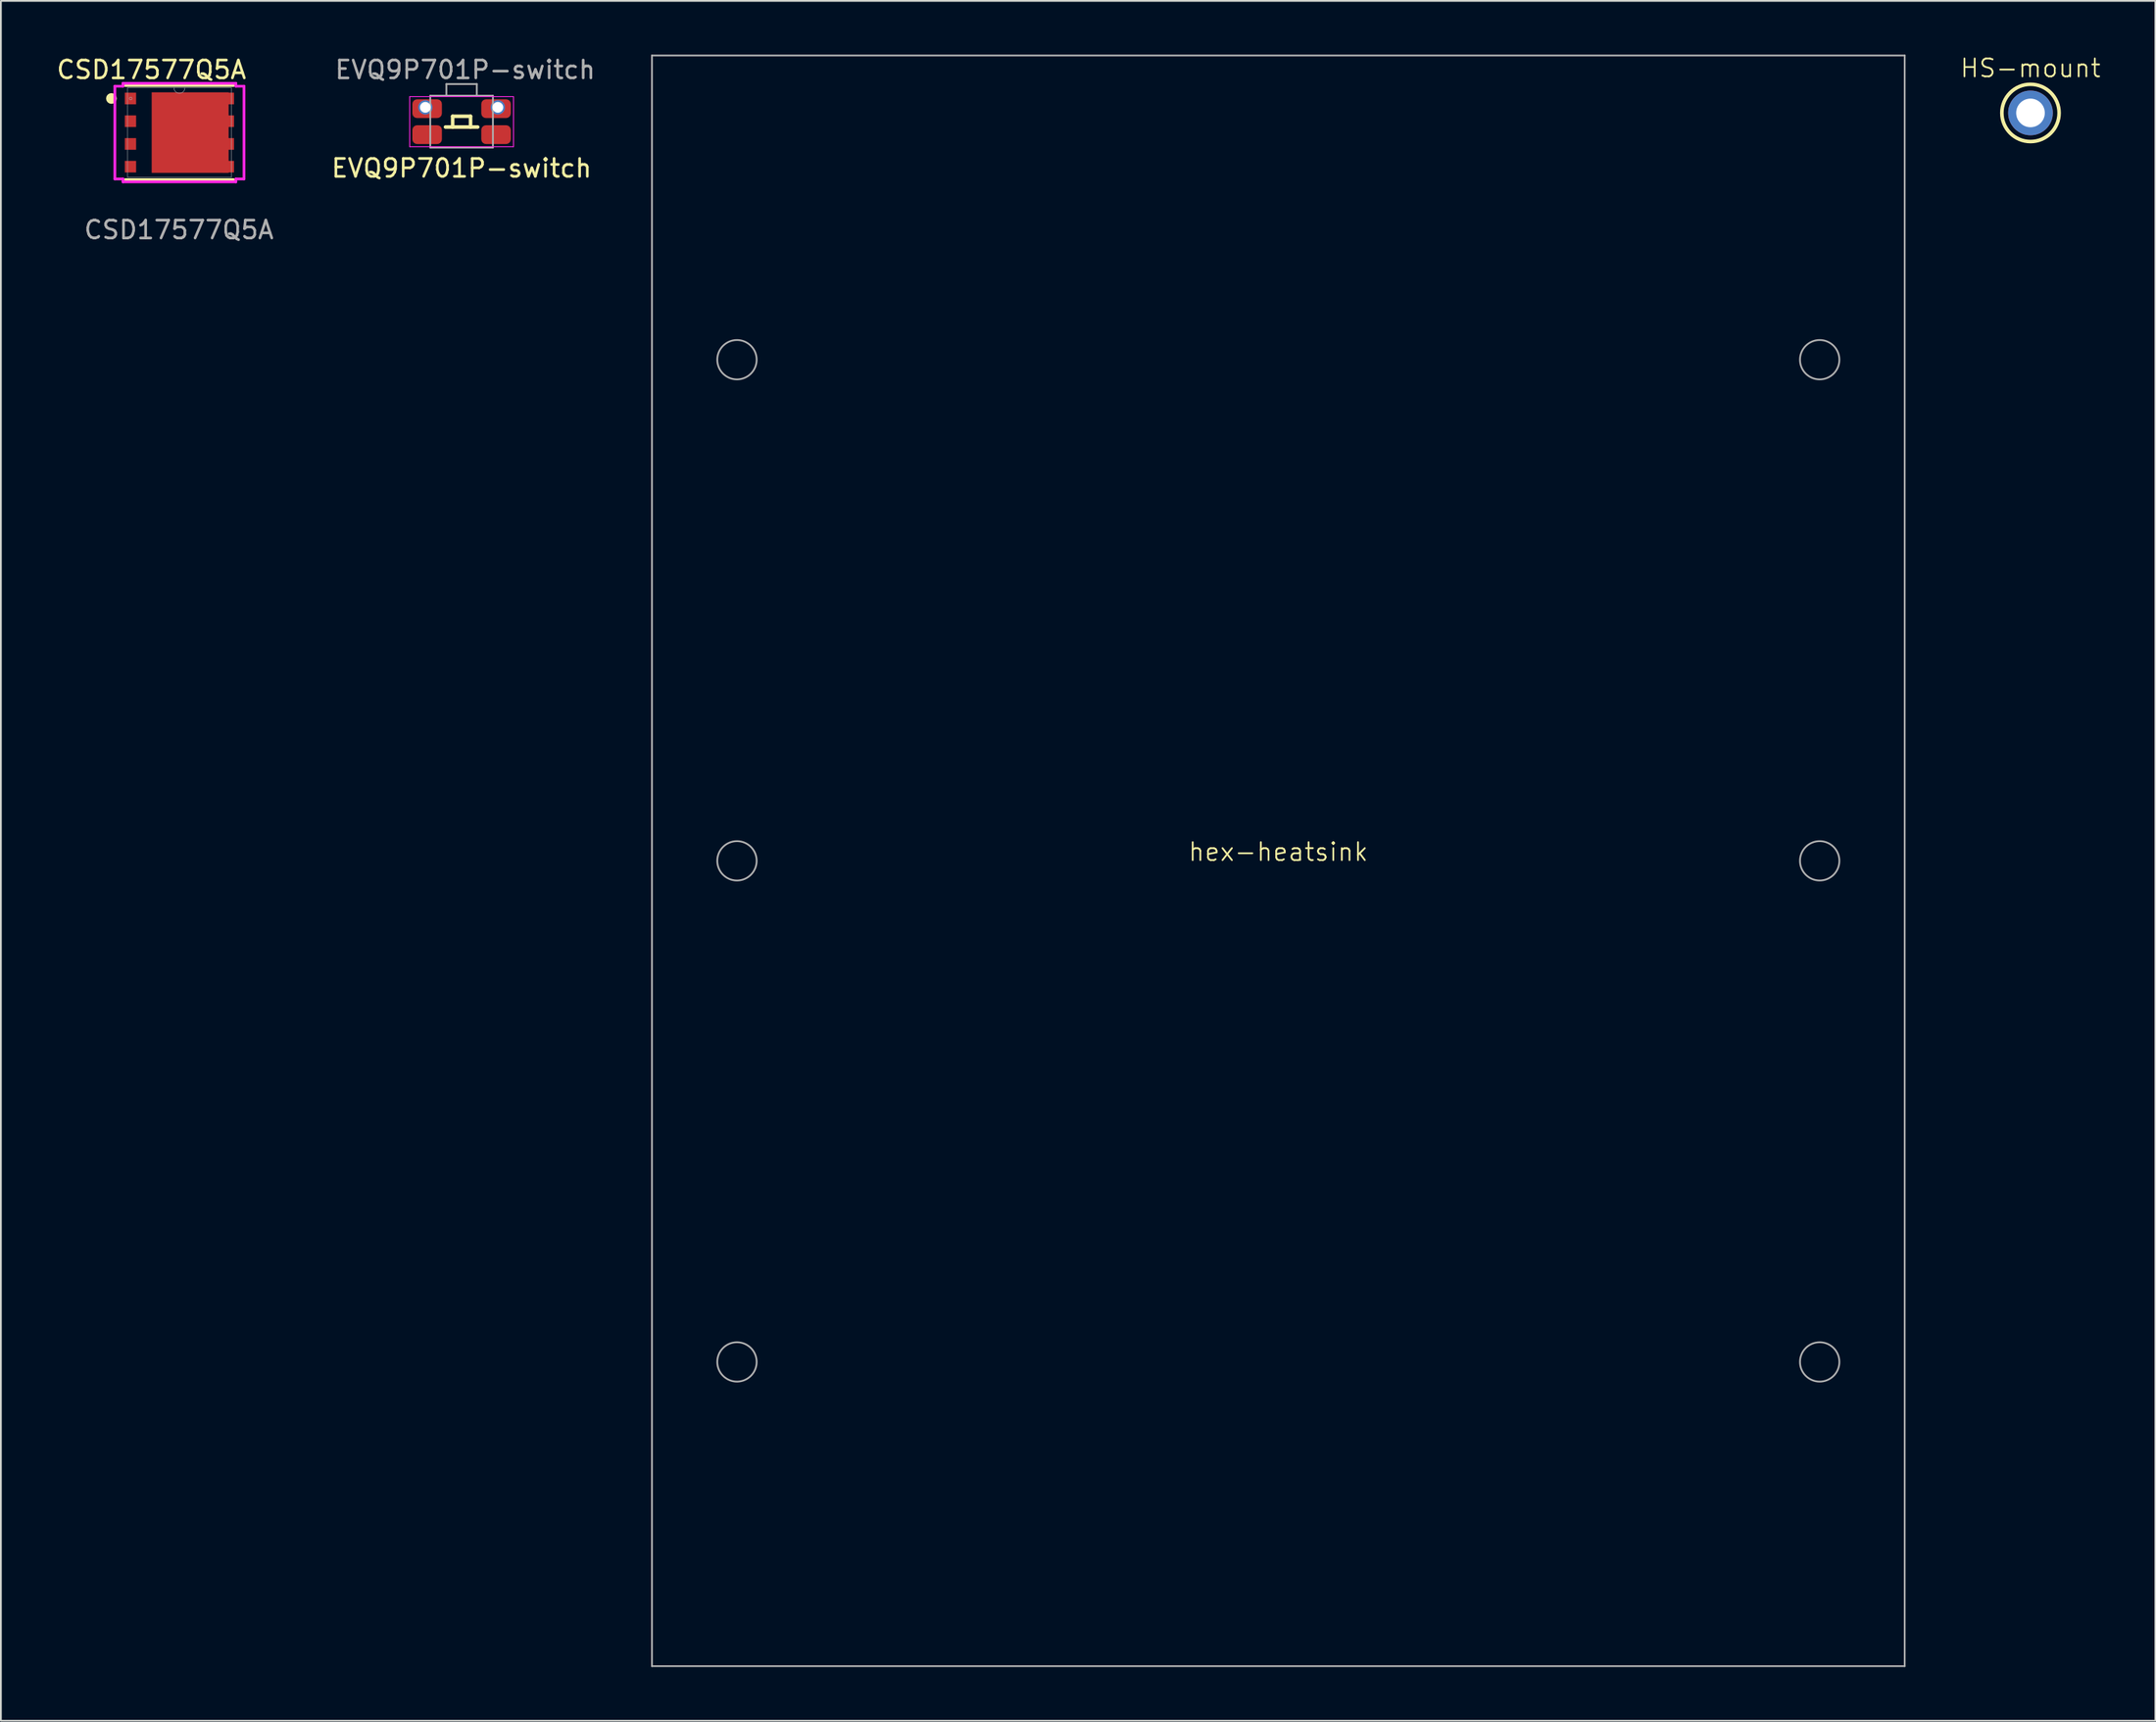
<source format=kicad_pcb>
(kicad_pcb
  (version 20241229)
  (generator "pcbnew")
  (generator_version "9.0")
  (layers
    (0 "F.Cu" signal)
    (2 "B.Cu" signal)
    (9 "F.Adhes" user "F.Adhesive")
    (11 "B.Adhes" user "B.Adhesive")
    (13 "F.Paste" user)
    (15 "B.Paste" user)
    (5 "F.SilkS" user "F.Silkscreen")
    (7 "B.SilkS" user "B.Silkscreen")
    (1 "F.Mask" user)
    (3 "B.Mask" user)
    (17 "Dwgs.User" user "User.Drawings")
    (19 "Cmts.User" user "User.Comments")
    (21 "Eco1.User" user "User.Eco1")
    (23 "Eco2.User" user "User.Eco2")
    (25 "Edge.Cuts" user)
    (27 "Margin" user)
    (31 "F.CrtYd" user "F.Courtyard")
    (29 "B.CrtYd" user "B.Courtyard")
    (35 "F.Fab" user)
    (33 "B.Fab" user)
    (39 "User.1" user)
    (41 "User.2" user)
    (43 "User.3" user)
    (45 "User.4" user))
  (footprint "hex-heatsink"
    (layer "F.Cu")
    (at 68.38 45.05)
    (property "Reference" "hex-heatsink" (at 0 -0.5 0) (unlocked yes) (layer "F.SilkS") (effects (font (size 1 1) (thickness 0.1))))
    (fp_line (start -35 -45) (end 35 -45) (stroke (width 0.1) (type default)) (layer "F.Fab"))
    (fp_line (start -35 45) (end -35 -45) (stroke (width 0.1) (type default)) (layer "F.Fab"))
    (fp_line (start 35 -45) (end 35 45) (stroke (width 0.1) (type default)) (layer "F.Fab"))
    (fp_line (start 35 45) (end -35 45) (stroke (width 0.1) (type default)) (layer "F.Fab"))
    (fp_circle (center -30.25 -28) (end -29.15 -28) (stroke (width 0.1) (type default)) (fill no) (layer "F.Fab"))
    (fp_circle (center -30.25 0) (end -29.15 0) (stroke (width 0.1) (type default)) (fill no) (layer "F.Fab"))
    (fp_circle (center -30.25 28) (end -29.15 28) (stroke (width 0.1) (type default)) (fill no) (layer "F.Fab"))
    (fp_circle (center 30.25 -28) (end 31.35 -28) (stroke (width 0.1) (type default)) (fill no) (layer "F.Fab"))
    (fp_circle (center 30.25 0) (end 31.35 0) (stroke (width 0.1) (type default)) (fill no) (layer "F.Fab"))
    (fp_circle (center 30.25 28) (end 31.35 28) (stroke (width 0.1) (type default)) (fill no) (layer "F.Fab")))
  (footprint "HS-mount"
    (layer "F.Cu")
    (at 110.409 3.26)
    (property "Reference" "HS-mount" (at 0 -2.5 0) (unlocked yes) (layer "F.SilkS") (effects (font (size 1 1) (thickness 0.1))))
    (attr smd)
    (fp_circle (center 0 0) (end 1.6 0) (stroke (width 0.2) (type solid)) (fill no) (layer "F.SilkS"))
    (pad "" thru_hole circle (at 0 0) (size 2.5 2.5) (drill 1.6) (layers "*.Cu" "*.Mask")))
  (footprint "EVQ9P701P-switch"
    (layer "F.Cu")
    (at 22.743 3.748)
    (property "Reference" "EVQ9P701P-switch" (at 0 2.6 0) (unlocked yes) (layer "F.SilkS") (effects (font (size 1 1) (thickness 0.15))))
    (attr smd)
    (fp_line (start -0.9 0.3) (end 0.9 0.3) (stroke (width 0.2) (type default)) (layer "F.SilkS"))
    (fp_line (start -0.5 -0.3) (end 0.5 -0.3) (stroke (width 0.2) (type default)) (layer "F.SilkS"))
    (fp_line (start -0.5 0.3) (end -0.5 -0.3) (stroke (width 0.2) (type default)) (layer "F.SilkS"))
    (fp_line (start 0.5 -0.3) (end 0.5 0.3) (stroke (width 0.2) (type default)) (layer "F.SilkS"))
    (fp_line (start -2.9 -1.4) (end 2.9 -1.4) (stroke (width 0.05) (type default)) (layer "F.CrtYd"))
    (fp_line (start -2.9 1.4) (end -2.9 -1.4) (stroke (width 0.05) (type default)) (layer "F.CrtYd"))
    (fp_line (start 2.9 -1.4) (end 2.9 1.4) (stroke (width 0.05) (type default)) (layer "F.CrtYd"))
    (fp_line (start 2.9 1.4) (end -2.9 1.4) (stroke (width 0.05) (type default)) (layer "F.CrtYd"))
    (fp_line (start -1.75 -1.45) (end 1.75 -1.45) (stroke (width 0.1) (type default)) (layer "F.Fab"))
    (fp_line (start -1.75 1.45) (end -1.75 -1.45) (stroke (width 0.1) (type default)) (layer "F.Fab"))
    (fp_line (start -1.75 1.45) (end 1.75 1.45) (stroke (width 0.1) (type default)) (layer "F.Fab"))
    (fp_line (start -0.85 -2.1) (end -0.85 -1.5) (stroke (width 0.1) (type default)) (layer "F.Fab"))
    (fp_line (start -0.85 -2.1) (end 0.85 -2.1) (stroke (width 0.1) (type default)) (layer "F.Fab"))
    (fp_line (start 0.85 -2.1) (end 0.85 -1.5) (stroke (width 0.1) (type default)) (layer "F.Fab"))
    (fp_line (start 1.75 1.45) (end 1.75 -1.45) (stroke (width 0.1) (type default)) (layer "F.Fab"))
    (fp_text user "${REFERENCE}" (at 0.2 -2.9 0) (unlocked yes) (layer "F.Fab") (effects (font (size 1 1) (thickness 0.15))))
    (pad "1" thru_hole circle (at -2.025 -0.8) (size 0.8 0.8) (drill 0.6) (layers "*.Cu" "*.Mask"))
    (pad "1" smd roundrect (at -1.925 -0.725) (size 1.65 1.05) (layers "F.Cu" "F.Mask" "F.Paste") (roundrect_rratio 0.25))
    (pad "1" smd roundrect (at 1.925 -0.725) (size 1.65 1.05) (layers "F.Cu" "F.Mask" "F.Paste") (roundrect_rratio 0.25))
    (pad "1" thru_hole circle (at 2.025 -0.8) (size 0.8 0.8) (drill 0.6) (layers "*.Cu" "*.Mask"))
    (pad "2" smd roundrect (at -1.925 0.725) (size 1.65 1.05) (layers "F.Cu" "F.Mask" "F.Paste") (roundrect_rratio 0.25))
    (pad "2" smd roundrect (at 1.925 0.725) (size 1.65 1.05) (layers "F.Cu" "F.Mask" "F.Paste") (roundrect_rratio 0.25)))
  (footprint "CSD17577Q5A"
    (layer "F.Cu")
    (at 6.976 4.358)
    (property "Reference" "CSD17577Q5A" (at -1.565 -3.51 0) (unlocked yes) (layer "F.SilkS") (effects (font (size 1 1) (thickness 0.15))))
    (attr smd)
    (fp_poly (pts (xy -3.12 -2.3) (xy -3.12 -1.51) (xy -2.35 -1.51) (xy -2.35 -2.3)) (stroke (width 0) (type solid)) (fill yes) (layer "F.Mask"))
    (fp_poly (pts (xy -3.12 -1.03) (xy -3.12 -0.24) (xy -2.35 -0.24) (xy -2.35 -1.03)) (stroke (width 0) (type solid)) (fill yes) (layer "F.Mask"))
    (fp_poly (pts (xy -3.12 0.24) (xy -3.12 1.03) (xy -2.35 1.03) (xy -2.35 0.24)) (stroke (width 0) (type solid)) (fill yes) (layer "F.Mask"))
    (fp_poly (pts (xy -3.12 1.51) (xy -3.12 2.3) (xy -2.35 2.3) (xy -2.35 1.51)) (stroke (width 0) (type solid)) (fill yes) (layer "F.Mask"))
    (fp_poly (pts (xy 2.35 -2.3) (xy 2.35 -1.51) (xy 3.12 -1.51) (xy 3.12 -2.3)) (stroke (width 0) (type solid)) (fill yes) (layer "F.Mask"))
    (fp_poly (pts (xy 2.35 -1.03) (xy 2.35 -0.24) (xy 3.12 -0.24) (xy 3.12 -1.03)) (stroke (width 0) (type solid)) (fill yes) (layer "F.Mask"))
    (fp_poly (pts (xy 2.35 0.24) (xy 2.35 1.03) (xy 3.12 1.03) (xy 3.12 0.24)) (stroke (width 0) (type solid)) (fill yes) (layer "F.Mask"))
    (fp_poly (pts (xy 2.35 1.51) (xy 2.35 2.3) (xy 3.12 2.3) (xy 3.12 1.51)) (stroke (width 0) (type solid)) (fill yes) (layer "F.Mask"))
    (fp_poly (pts (xy 2.745 -2.23) (xy -1.545 -2.23) (xy -1.545 0) (xy 2.745 0)) (stroke (width 0) (type solid)) (fill yes) (layer "F.Mask"))
    (fp_poly (pts (xy 2.745 2.23) (xy -1.545 2.23) (xy -1.545 0) (xy 2.745 0)) (stroke (width 0) (type solid)) (fill yes) (layer "F.Mask"))
    (fp_line (start -3.027 2.627) (end 3.027 2.627) (stroke (width 0.152) (type solid)) (layer "F.SilkS"))
    (fp_line (start 3.027 -2.627) (end -3.027 -2.627) (stroke (width 0.152) (type solid)) (layer "F.SilkS"))
    (fp_circle (center -3.8 -1.905) (end -3.65 -1.905) (stroke (width 0.3) (type solid)) (fill no) (layer "F.SilkS"))
    (fp_poly (pts (xy -0.18 -0.31) (xy -1.415 -0.31) (xy -1.415 -1.88) (xy -0.18 -1.88)) (stroke (width 0) (type solid)) (fill yes) (layer "F.Paste"))
    (fp_poly (pts (xy -0.18 0.31) (xy -1.415 0.31) (xy -1.415 1.88) (xy -0.18 1.88)) (stroke (width 0) (type solid)) (fill yes) (layer "F.Paste"))
    (fp_poly (pts (xy 0.32 -0.31) (xy 1.905 -0.31) (xy 1.905 -1.88) (xy 0.32 -1.88)) (stroke (width 0) (type solid)) (fill yes) (layer "F.Paste"))
    (fp_poly (pts (xy 0.32 0.31) (xy 1.905 0.31) (xy 1.905 1.88) (xy 0.32 1.88)) (stroke (width 0) (type solid)) (fill yes) (layer "F.Paste"))
    (fp_line (start -3.609 -2.591) (end -3.154 -2.591) (stroke (width 0.152) (type solid)) (layer "F.CrtYd"))
    (fp_line (start -3.609 2.591) (end -3.609 -2.591) (stroke (width 0.152) (type solid)) (layer "F.CrtYd"))
    (fp_line (start -3.609 2.591) (end -3.154 2.591) (stroke (width 0.152) (type solid)) (layer "F.CrtYd"))
    (fp_line (start -3.154 -2.754) (end 3.154 -2.754) (stroke (width 0.152) (type solid)) (layer "F.CrtYd"))
    (fp_line (start -3.154 -2.591) (end -3.154 -2.754) (stroke (width 0.152) (type solid)) (layer "F.CrtYd"))
    (fp_line (start -3.154 2.754) (end -3.154 2.591) (stroke (width 0.152) (type solid)) (layer "F.CrtYd"))
    (fp_line (start 3.154 -2.754) (end 3.154 -2.591) (stroke (width 0.152) (type solid)) (layer "F.CrtYd"))
    (fp_line (start 3.154 2.591) (end 3.154 2.754) (stroke (width 0.152) (type solid)) (layer "F.CrtYd"))
    (fp_line (start 3.154 2.754) (end -3.154 2.754) (stroke (width 0.152) (type solid)) (layer "F.CrtYd"))
    (fp_line (start 3.609 -2.591) (end 3.154 -2.591) (stroke (width 0.152) (type solid)) (layer "F.CrtYd"))
    (fp_line (start 3.609 -2.591) (end 3.609 2.591) (stroke (width 0.152) (type solid)) (layer "F.CrtYd"))
    (fp_line (start 3.609 2.591) (end 3.154 2.591) (stroke (width 0.152) (type solid)) (layer "F.CrtYd"))
    (fp_line (start -2.9 -2.5) (end -2.9 2.5) (stroke (width 0.025) (type solid)) (layer "F.Fab"))
    (fp_line (start -2.9 2.5) (end 2.9 2.5) (stroke (width 0.025) (type solid)) (layer "F.Fab"))
    (fp_line (start 2.9 -2.5) (end -2.9 -2.5) (stroke (width 0.025) (type solid)) (layer "F.Fab"))
    (fp_line (start 2.9 2.5) (end 2.9 -2.5) (stroke (width 0.025) (type solid)) (layer "F.Fab"))
    (fp_arc (start 0.3048 -2.5) (mid 0 -2.1952) (end -0.3048 -2.5) (stroke (width 0.0254) (type solid)) (layer "F.Fab"))
    (fp_circle (center -2.725 -1.905) (end -2.649 -1.905) (stroke (width 0.025) (type solid)) (fill no) (layer "F.Fab"))
    (fp_text user "${REFERENCE}" (at -0.03 5.435 0) (unlocked yes) (layer "F.Fab") (effects (font (size 1 1) (thickness 0.15))))
    (pad "1" smd rect (at -2.735 -1.905) (size 0.63 0.65) (layers "F.Cu" "F.Mask" "F.Paste"))
    (pad "2" smd rect (at -2.735 -0.635) (size 0.63 0.65) (layers "F.Cu" "F.Mask" "F.Paste"))
    (pad "3" smd rect (at -2.735 0.635) (size 0.63 0.65) (layers "F.Cu" "F.Mask" "F.Paste"))
    (pad "4" smd rect (at -2.735 1.905) (size 0.63 0.65) (layers "F.Cu" "F.Mask" "F.Paste"))
    (pad "5" smd rect (at 0.6 0) (size 4.3 4.5) (layers "F.Cu" "F.Mask"))
    (pad "5" smd rect (at 2.735 -1.905) (size 0.63 0.65) (layers "F.Cu" "F.Mask" "F.Paste"))
    (pad "5" smd rect (at 2.735 -0.635) (size 0.63 0.65) (layers "F.Cu" "F.Mask" "F.Paste"))
    (pad "5" smd rect (at 2.735 0.635) (size 0.63 0.65) (layers "F.Cu" "F.Mask" "F.Paste"))
    (pad "5" smd rect (at 2.735 1.905) (size 0.63 0.65) (layers "F.Cu" "F.Mask" "F.Paste")))
  (gr_rect
    (start -3 -3)
    (end 117.387 93.1)
    (stroke (width 0.1) (type default))
    (fill no)
    (layer "Edge.Cuts")))
</source>
